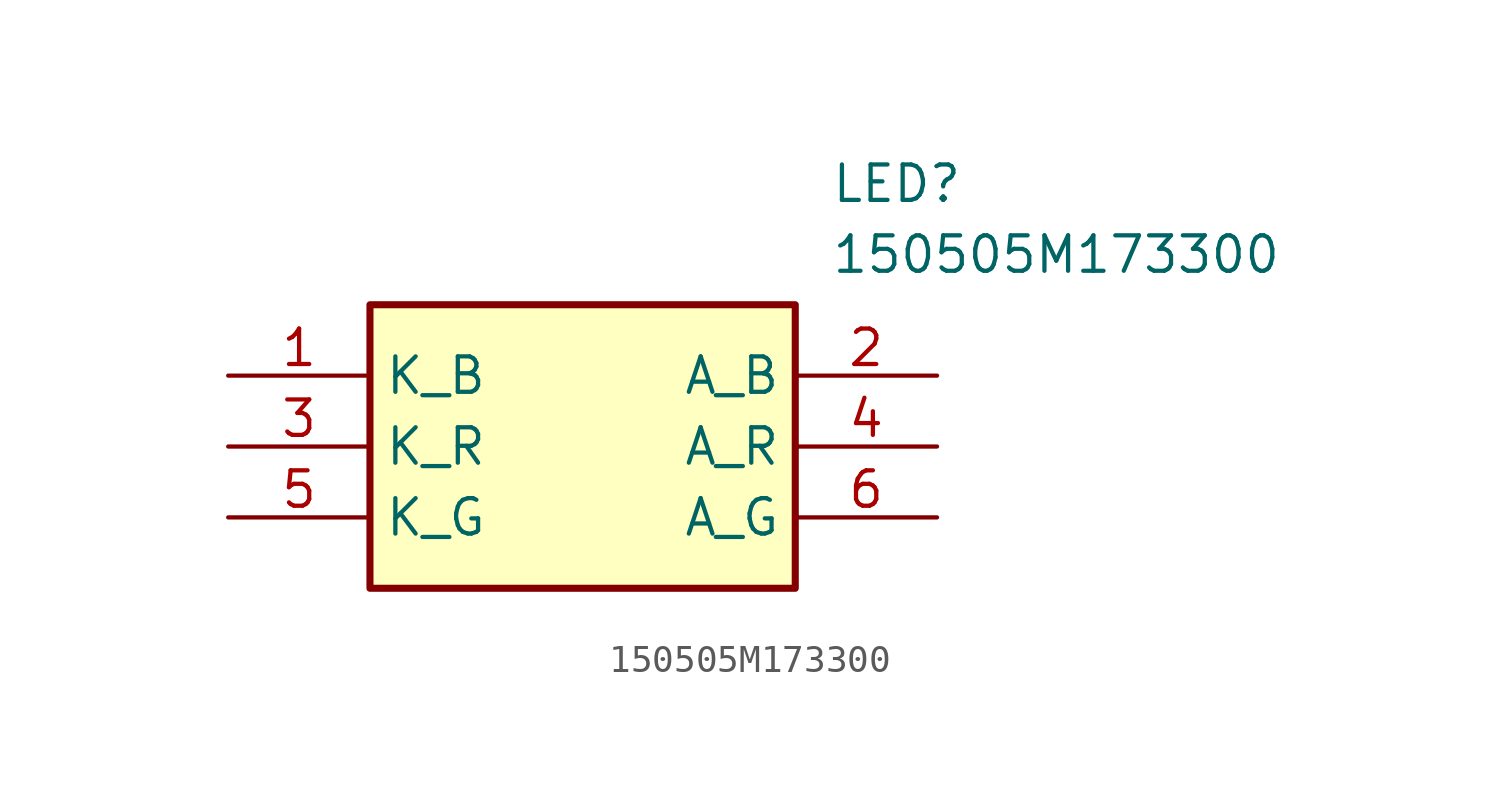
<source format=kicad_sym>
(kicad_symbol_lib
  (version 20211014)
  (generator SamacSys_ECAD_Model)
  (symbol "150505M173300"
    (property "Reference" "LED"
      (at 21.59 7.62 0)
      (effects (font (size 1.27 1.27)) (justify left top)))
    (property "Value" "150505M173300"
      (at 21.59 5.08 0)
      (effects (font (size 1.27 1.27)) (justify left top)))
    (rectangle
      (start 5.08 2.54)
      (end 20.32 -7.62)
      (stroke (width 0.254) (type default))
      (fill (type background)))
    (pin passive line
      (at 0 0 0)
      (length 5.08)
      (name "K_B" (effects (font (size 1.27 1.27))))
      (number "1" (effects (font (size 1.27 1.27)))))
    (pin passive line
      (at 25.4 0 180)
      (length 5.08)
      (name "A_B" (effects (font (size 1.27 1.27))))
      (number "2" (effects (font (size 1.27 1.27)))))
    (pin passive line
      (at 0 -2.54 0)
      (length 5.08)
      (name "K_R" (effects (font (size 1.27 1.27))))
      (number "3" (effects (font (size 1.27 1.27)))))
    (pin passive line
      (at 25.4 -2.54 180)
      (length 5.08)
      (name "A_R" (effects (font (size 1.27 1.27))))
      (number "4" (effects (font (size 1.27 1.27)))))
    (pin passive line
      (at 0 -5.08 0)
      (length 5.08)
      (name "K_G" (effects (font (size 1.27 1.27))))
      (number "5" (effects (font (size 1.27 1.27)))))
    (pin passive line
      (at 25.4 -5.08 180)
      (length 5.08)
      (name "A_G" (effects (font (size 1.27 1.27))))
      (number "6" (effects (font (size 1.27 1.27)))))))
</source>
